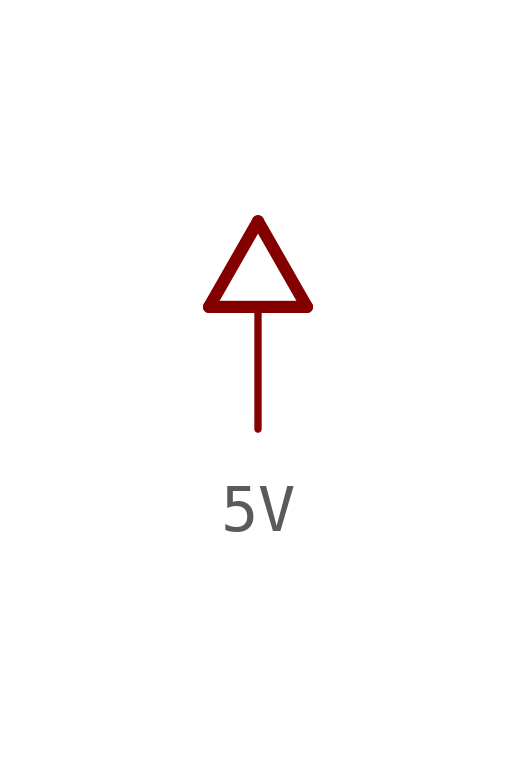
<source format=kicad_sym>
(kicad_symbol_lib
  (version 20241209)
  (generator "kicad_symbol_editor")
  (generator_version "9.0")
  (symbol "5V"
    (power)
    (property "Reference" "#SUPPLY"
      (at 0 0 0)
      (effects (font (size 1.27 1.27)) (hide yes)))
    (property "ki_locked" ""
      (at 0 0 0)
      (effects (font (size 1.27 1.27))))
    (symbol "5V_1_0"
      (polyline (pts (xy -1.016 2.54) (xy 1.016 2.54)) (stroke (width 0.254) (type solid)) (fill (type none)))
      (polyline (pts (xy 0 4.318) (xy -1.016 2.54)) (stroke (width 0.254) (type solid)) (fill (type none)))
      (polyline (pts (xy 1.016 2.54) (xy 0 4.318)) (stroke (width 0.254) (type solid)) (fill (type none)))
      (pin power_in line (at 0 0 90) (length 2.54) (name "VCC" (effects (font (size 0 0)))) (number "1" (effects (font (size 0 0))))))))
</source>
